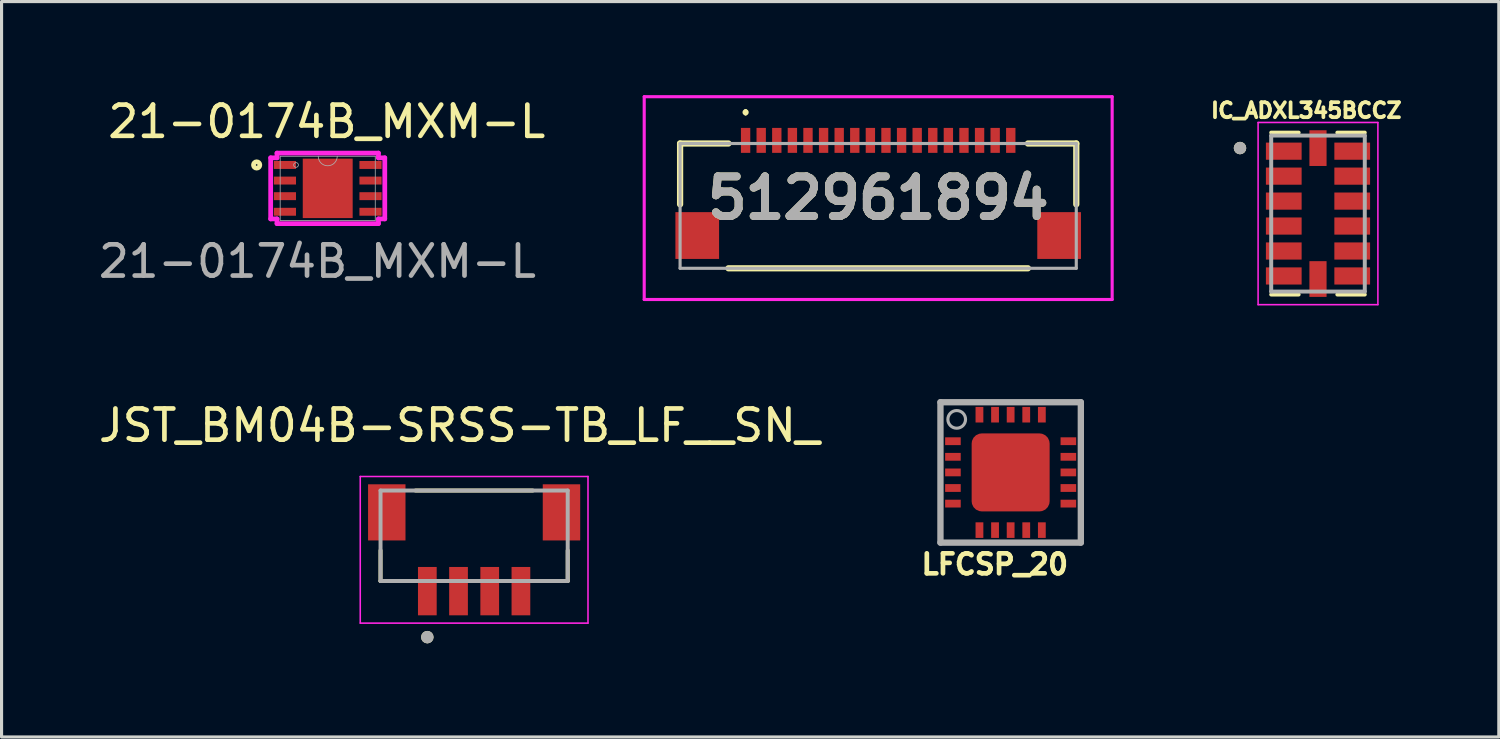
<source format=kicad_pcb>
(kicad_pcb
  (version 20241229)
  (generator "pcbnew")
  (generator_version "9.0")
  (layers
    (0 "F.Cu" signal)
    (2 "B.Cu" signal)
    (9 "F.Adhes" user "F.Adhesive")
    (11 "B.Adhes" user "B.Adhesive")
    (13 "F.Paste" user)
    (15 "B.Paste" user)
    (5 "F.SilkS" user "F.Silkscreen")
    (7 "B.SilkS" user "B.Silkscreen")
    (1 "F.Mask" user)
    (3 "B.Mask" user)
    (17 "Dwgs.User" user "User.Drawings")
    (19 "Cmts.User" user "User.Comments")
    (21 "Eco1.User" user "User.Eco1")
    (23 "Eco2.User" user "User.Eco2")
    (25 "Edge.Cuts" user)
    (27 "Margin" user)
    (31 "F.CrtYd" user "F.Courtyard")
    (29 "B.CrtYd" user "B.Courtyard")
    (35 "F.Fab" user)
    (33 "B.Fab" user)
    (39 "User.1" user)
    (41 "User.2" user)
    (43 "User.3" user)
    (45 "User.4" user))
  (footprint "512961894"
    (layer "F.Cu")
    (at 25.1 3.5)
    (property "Reference" "512961894" (at 0 -0.2 0) (layer "F.SilkS") (effects (font (size 1.27 1.27) (thickness 0.254))))
    (attr smd)
    (fp_line (start -6.35 -1.95) (end -6.35 0) (stroke (width 0.2) (type solid)) (layer "F.SilkS"))
    (fp_line (start -4.8 -1.95) (end -6.35 -1.95) (stroke (width 0.2) (type solid)) (layer "F.SilkS"))
    (fp_line (start -4.8 2.05) (end 4.8 2.05) (stroke (width 0.2) (type solid)) (layer "F.SilkS"))
    (fp_line (start -4.25 -3) (end -4.25 -3) (stroke (width 0.1) (type solid)) (layer "F.SilkS"))
    (fp_line (start -4.25 -2.9) (end -4.25 -2.9) (stroke (width 0.1) (type solid)) (layer "F.SilkS"))
    (fp_line (start 6.35 -1.95) (end 4.8 -1.95) (stroke (width 0.2) (type solid)) (layer "F.SilkS"))
    (fp_line (start 6.35 0) (end 6.35 -1.95) (stroke (width 0.2) (type solid)) (layer "F.SilkS"))
    (fp_arc (start -4.25 -3) (mid -4.2 -2.95) (end -4.25 -2.9) (stroke (width 0.1) (type solid)) (layer "F.SilkS"))
    (fp_arc (start -4.25 -2.9) (mid -4.3 -2.95) (end -4.25 -3) (stroke (width 0.1) (type solid)) (layer "F.SilkS"))
    (fp_line (start -7.5 -3.45) (end 7.5 -3.45) (stroke (width 0.1) (type solid)) (layer "F.CrtYd"))
    (fp_line (start -7.5 3.05) (end -7.5 -3.45) (stroke (width 0.1) (type solid)) (layer "F.CrtYd"))
    (fp_line (start 7.5 -3.45) (end 7.5 3.05) (stroke (width 0.1) (type solid)) (layer "F.CrtYd"))
    (fp_line (start 7.5 3.05) (end -7.5 3.05) (stroke (width 0.1) (type solid)) (layer "F.CrtYd"))
    (fp_line (start -6.35 -1.95) (end 6.35 -1.95) (stroke (width 0.1) (type solid)) (layer "F.Fab"))
    (fp_line (start -6.35 2.05) (end -6.35 -1.95) (stroke (width 0.1) (type solid)) (layer "F.Fab"))
    (fp_line (start 6.35 -1.95) (end 6.35 2.05) (stroke (width 0.1) (type solid)) (layer "F.Fab"))
    (fp_line (start 6.35 2.05) (end -6.35 2.05) (stroke (width 0.1) (type solid)) (layer "F.Fab"))
    (fp_text user "${REFERENCE}" (at 0 -0.2 0) (layer "F.Fab") (effects (font (size 1.27 1.27) (thickness 0.254))))
    (pad "1" smd rect (at -4.25 -2.05) (size 0.3 0.8) (layers "F.Cu" "F.Mask" "F.Paste"))
    (pad "2" smd rect (at -3.75 -2.05) (size 0.3 0.8) (layers "F.Cu" "F.Mask" "F.Paste"))
    (pad "3" smd rect (at -3.25 -2.05) (size 0.3 0.8) (layers "F.Cu" "F.Mask" "F.Paste"))
    (pad "4" smd rect (at -2.75 -2.05) (size 0.3 0.8) (layers "F.Cu" "F.Mask" "F.Paste"))
    (pad "5" smd rect (at -2.25 -2.05) (size 0.3 0.8) (layers "F.Cu" "F.Mask" "F.Paste"))
    (pad "6" smd rect (at -1.75 -2.05) (size 0.3 0.8) (layers "F.Cu" "F.Mask" "F.Paste"))
    (pad "7" smd rect (at -1.25 -2.05) (size 0.3 0.8) (layers "F.Cu" "F.Mask" "F.Paste"))
    (pad "8" smd rect (at -0.75 -2.05) (size 0.3 0.8) (layers "F.Cu" "F.Mask" "F.Paste"))
    (pad "9" smd rect (at -0.25 -2.05) (size 0.3 0.8) (layers "F.Cu" "F.Mask" "F.Paste"))
    (pad "10" smd rect (at 0.25 -2.05) (size 0.3 0.8) (layers "F.Cu" "F.Mask" "F.Paste"))
    (pad "11" smd rect (at 0.75 -2.05) (size 0.3 0.8) (layers "F.Cu" "F.Mask" "F.Paste"))
    (pad "12" smd rect (at 1.25 -2.05) (size 0.3 0.8) (layers "F.Cu" "F.Mask" "F.Paste"))
    (pad "13" smd rect (at 1.75 -2.05) (size 0.3 0.8) (layers "F.Cu" "F.Mask" "F.Paste"))
    (pad "14" smd rect (at 2.25 -2.05) (size 0.3 0.8) (layers "F.Cu" "F.Mask" "F.Paste"))
    (pad "15" smd rect (at 2.75 -2.05) (size 0.3 0.8) (layers "F.Cu" "F.Mask" "F.Paste"))
    (pad "16" smd rect (at 3.25 -2.05) (size 0.3 0.8) (layers "F.Cu" "F.Mask" "F.Paste"))
    (pad "17" smd rect (at 3.75 -2.05) (size 0.3 0.8) (layers "F.Cu" "F.Mask" "F.Paste"))
    (pad "18" smd rect (at 4.25 -2.05) (size 0.3 0.8) (layers "F.Cu" "F.Mask" "F.Paste"))
    (pad "MP1" smd rect (at -5.8 1) (size 1.4 1.5) (layers "F.Cu" "F.Mask" "F.Paste"))
    (pad "MP2" smd rect (at 5.8 1) (size 1.4 1.5) (layers "F.Cu" "F.Mask" "F.Paste")))
  (footprint "21-0174B_MXM-L"
    (layer "F.Cu")
    (at 7.455 2.988)
    (property "Reference" "21-0174B_MXM-L" (at -0.03 -2.14 0) (unlocked yes) (layer "F.SilkS") (effects (font (size 1 1) (thickness 0.15))))
    (attr smd)
    (fp_circle (center -2.278 -0.75) (end -2.176 -0.75) (stroke (width 0.152) (type solid)) (fill no) (layer "F.SilkS"))
    (fp_line (start -1.829 -0.979) (end -1.626 -0.979) (stroke (width 0.152) (type solid)) (layer "F.CrtYd"))
    (fp_line (start -1.829 0.979) (end -1.829 -0.979) (stroke (width 0.152) (type solid)) (layer "F.CrtYd"))
    (fp_line (start -1.829 0.979) (end -1.626 0.979) (stroke (width 0.152) (type solid)) (layer "F.CrtYd"))
    (fp_line (start -1.626 -1.13) (end 1.626 -1.13) (stroke (width 0.152) (type solid)) (layer "F.CrtYd"))
    (fp_line (start -1.626 -0.979) (end -1.626 -1.13) (stroke (width 0.152) (type solid)) (layer "F.CrtYd"))
    (fp_line (start -1.626 1.13) (end -1.626 0.979) (stroke (width 0.152) (type solid)) (layer "F.CrtYd"))
    (fp_line (start 1.626 -1.13) (end 1.626 -0.979) (stroke (width 0.152) (type solid)) (layer "F.CrtYd"))
    (fp_line (start 1.626 0.979) (end 1.626 1.13) (stroke (width 0.152) (type solid)) (layer "F.CrtYd"))
    (fp_line (start 1.626 1.13) (end -1.626 1.13) (stroke (width 0.152) (type solid)) (layer "F.CrtYd"))
    (fp_line (start 1.829 -0.979) (end 1.626 -0.979) (stroke (width 0.152) (type solid)) (layer "F.CrtYd"))
    (fp_line (start 1.829 -0.979) (end 1.829 0.979) (stroke (width 0.152) (type solid)) (layer "F.CrtYd"))
    (fp_line (start 1.829 0.979) (end 1.626 0.979) (stroke (width 0.152) (type solid)) (layer "F.CrtYd"))
    (fp_line (start -1.524 -1.029) (end -1.524 1.029) (stroke (width 0.025) (type solid)) (layer "F.Fab"))
    (fp_line (start -1.524 1.029) (end 1.524 1.029) (stroke (width 0.025) (type solid)) (layer "F.Fab"))
    (fp_line (start 1.524 -1.029) (end -1.524 -1.029) (stroke (width 0.025) (type solid)) (layer "F.Fab"))
    (fp_line (start 1.524 1.029) (end 1.524 -1.029) (stroke (width 0.025) (type solid)) (layer "F.Fab"))
    (fp_arc (start 0.3048 -1.0287) (mid 0 -0.7239) (end -0.3048 -1.0287) (stroke (width 0.0254) (type solid)) (layer "F.Fab"))
    (fp_circle (center -1.016 -0.75) (end -0.94 -0.75) (stroke (width 0.025) (type solid)) (fill no) (layer "F.Fab"))
    (fp_text user "${REFERENCE}" (at -0.33 2.34 0) (unlocked yes) (layer "F.Fab") (effects (font (size 1 1) (thickness 0.15))))
    (pad "1" smd rect (at -1.372 -0.75) (size 0.711 0.254) (layers "F.Cu" "F.Mask" "F.Paste"))
    (pad "2" smd rect (at -1.372 -0.25) (size 0.711 0.254) (layers "F.Cu" "F.Mask" "F.Paste"))
    (pad "3" smd rect (at -1.372 0.25) (size 0.711 0.254) (layers "F.Cu" "F.Mask" "F.Paste"))
    (pad "4" smd rect (at -1.372 0.75) (size 0.711 0.254) (layers "F.Cu" "F.Mask" "F.Paste"))
    (pad "5" smd rect (at 1.372 0.75) (size 0.711 0.254) (layers "F.Cu" "F.Mask" "F.Paste"))
    (pad "6" smd rect (at 1.372 0.25) (size 0.711 0.254) (layers "F.Cu" "F.Mask" "F.Paste"))
    (pad "7" smd rect (at 1.372 -0.25) (size 0.711 0.254) (layers "F.Cu" "F.Mask" "F.Paste"))
    (pad "8" smd rect (at 1.372 -0.75) (size 0.711 0.254) (layers "F.Cu" "F.Mask" "F.Paste"))
    (pad "9" smd rect (at 0 0) (size 1.6 1.905) (layers "F.Cu" "F.Mask" "F.Paste")))
  (footprint "IC_ADXL345BCCZ"
    (layer "F.Cu")
    (at 39.198 3.796)
    (property "Reference" "IC_ADXL345BCCZ" (at -0.376 -3.305 0) (layer "F.SilkS") (effects (font (size 0.48 0.48) (thickness 0.15))))
    (attr smd)
    (fp_line (start -1.5 -2.595) (end -0.62 -2.595) (stroke (width 0.127) (type solid)) (layer "F.SilkS"))
    (fp_line (start -1.5 2.595) (end -0.62 2.595) (stroke (width 0.127) (type solid)) (layer "F.SilkS"))
    (fp_line (start 0.62 -2.595) (end 1.5 -2.595) (stroke (width 0.127) (type solid)) (layer "F.SilkS"))
    (fp_line (start 0.62 2.595) (end 1.5 2.595) (stroke (width 0.127) (type solid)) (layer "F.SilkS"))
    (fp_circle (center -2.5 -2.1) (end -2.4 -2.1) (stroke (width 0.2) (type solid)) (fill no) (layer "F.SilkS"))
    (fp_line (start -1.92 -2.92) (end 1.92 -2.92) (stroke (width 0.05) (type solid)) (layer "F.CrtYd"))
    (fp_line (start -1.92 2.92) (end -1.92 -2.92) (stroke (width 0.05) (type solid)) (layer "F.CrtYd"))
    (fp_line (start 1.92 -2.92) (end 1.92 2.92) (stroke (width 0.05) (type solid)) (layer "F.CrtYd"))
    (fp_line (start 1.92 2.92) (end -1.92 2.92) (stroke (width 0.05) (type solid)) (layer "F.CrtYd"))
    (fp_line (start -1.5 -2.5) (end 1.5 -2.5) (stroke (width 0.127) (type solid)) (layer "F.Fab"))
    (fp_line (start -1.5 2.5) (end -1.5 -2.5) (stroke (width 0.127) (type solid)) (layer "F.Fab"))
    (fp_line (start 1.5 -2.5) (end 1.5 2.5) (stroke (width 0.127) (type solid)) (layer "F.Fab"))
    (fp_line (start 1.5 2.5) (end -1.5 2.5) (stroke (width 0.127) (type solid)) (layer "F.Fab"))
    (fp_circle (center -2.5 -2.1) (end -2.4 -2.1) (stroke (width 0.2) (type solid)) (fill no) (layer "F.Fab"))
    (pad "1" smd rect (at -1.097 -2) (size 1.145 0.55) (layers "F.Cu" "F.Mask" "F.Paste"))
    (pad "2" smd rect (at -1.097 -1.2) (size 1.145 0.55) (layers "F.Cu" "F.Mask" "F.Paste"))
    (pad "3" smd rect (at -1.097 -0.4) (size 1.145 0.55) (layers "F.Cu" "F.Mask" "F.Paste"))
    (pad "4" smd rect (at -1.097 0.4) (size 1.145 0.55) (layers "F.Cu" "F.Mask" "F.Paste"))
    (pad "5" smd rect (at -1.097 1.2) (size 1.145 0.55) (layers "F.Cu" "F.Mask" "F.Paste"))
    (pad "6" smd rect (at -1.097 2) (size 1.145 0.55) (layers "F.Cu" "F.Mask" "F.Paste"))
    (pad "7" smd rect (at 0 2.098) (size 0.55 1.145) (layers "F.Cu" "F.Mask" "F.Paste"))
    (pad "8" smd rect (at 1.097 2) (size 1.145 0.55) (layers "F.Cu" "F.Mask" "F.Paste"))
    (pad "9" smd rect (at 1.097 1.2) (size 1.145 0.55) (layers "F.Cu" "F.Mask" "F.Paste"))
    (pad "10" smd rect (at 1.097 0.4) (size 1.145 0.55) (layers "F.Cu" "F.Mask" "F.Paste"))
    (pad "11" smd rect (at 1.097 -0.4) (size 1.145 0.55) (layers "F.Cu" "F.Mask" "F.Paste"))
    (pad "12" smd rect (at 1.097 -1.2) (size 1.145 0.55) (layers "F.Cu" "F.Mask" "F.Paste"))
    (pad "13" smd rect (at 1.097 -2) (size 1.145 0.55) (layers "F.Cu" "F.Mask" "F.Paste"))
    (pad "14" smd rect (at 0 -2.098) (size 0.55 1.145) (layers "F.Cu" "F.Mask" "F.Paste")))
  (footprint "LFCSP_20"
    (layer "F.Cu")
    (at 29.346 12.093)
    (property "Reference" "LFCSP_20" (at -0.508 2.946 0) (layer "F.SilkS") (effects (font (size 0.64 0.64) (thickness 0.15))))
    (attr smd)
    (fp_poly (pts (xy 0 -0.508) (xy 0.027 -0.507) (xy 0.053 -0.505) (xy 0.079 -0.502) (xy 0.106 -0.497) (xy 0.131 -0.491) (xy 0.157 -0.483) (xy 0.182 -0.474) (xy 0.207 -0.464) (xy 0.231 -0.453) (xy 0.254 -0.44) (xy 0.277 -0.426) (xy 0.299 -0.411) (xy 0.32 -0.395) (xy 0.34 -0.378) (xy 0.359 -0.359) (xy 0.378 -0.34) (xy 0.395 -0.32) (xy 0.411 -0.299) (xy 0.426 -0.277) (xy 0.44 -0.254) (xy 0.453 -0.231) (xy 0.464 -0.207) (xy 0.474 -0.182) (xy 0.483 -0.157) (xy 0.491 -0.131) (xy 0.497 -0.106) (xy 0.502 -0.079) (xy 0.505 -0.053) (xy 0.507 -0.027) (xy 0.508 0) (xy 0.507 0.027) (xy 0.505 0.053) (xy 0.502 0.079) (xy 0.497 0.106) (xy 0.491 0.131) (xy 0.483 0.157) (xy 0.474 0.182) (xy 0.464 0.207) (xy 0.453 0.231) (xy 0.44 0.254) (xy 0.426 0.277) (xy 0.411 0.299) (xy 0.395 0.32) (xy 0.378 0.34) (xy 0.359 0.359) (xy 0.34 0.378) (xy 0.32 0.395) (xy 0.299 0.411) (xy 0.277 0.426) (xy 0.254 0.44) (xy 0.231 0.453) (xy 0.207 0.464) (xy 0.182 0.474) (xy 0.157 0.483) (xy 0.131 0.491) (xy 0.106 0.497) (xy 0.079 0.502) (xy 0.053 0.505) (xy 0.027 0.507) (xy 0 0.508) (xy -0.027 0.507) (xy -0.053 0.505) (xy -0.079 0.502) (xy -0.106 0.497) (xy -0.131 0.491) (xy -0.157 0.483) (xy -0.182 0.474) (xy -0.207 0.464) (xy -0.231 0.453) (xy -0.254 0.44) (xy -0.277 0.426) (xy -0.299 0.411) (xy -0.32 0.395) (xy -0.34 0.378) (xy -0.359 0.359) (xy -0.378 0.34) (xy -0.395 0.32) (xy -0.411 0.299) (xy -0.426 0.277) (xy -0.44 0.254) (xy -0.453 0.231) (xy -0.464 0.207) (xy -0.474 0.182) (xy -0.483 0.157) (xy -0.491 0.131) (xy -0.497 0.106) (xy -0.502 0.079) (xy -0.505 0.053) (xy -0.507 0.027) (xy -0.508 0) (xy -0.507 -0.027) (xy -0.505 -0.053) (xy -0.502 -0.079) (xy -0.497 -0.106) (xy -0.491 -0.131) (xy -0.483 -0.157) (xy -0.474 -0.182) (xy -0.464 -0.207) (xy -0.453 -0.231) (xy -0.44 -0.254) (xy -0.426 -0.277) (xy -0.411 -0.299) (xy -0.395 -0.32) (xy -0.378 -0.34) (xy -0.359 -0.359) (xy -0.34 -0.378) (xy -0.32 -0.395) (xy -0.299 -0.411) (xy -0.277 -0.426) (xy -0.254 -0.44) (xy -0.231 -0.453) (xy -0.207 -0.464) (xy -0.182 -0.474) (xy -0.157 -0.483) (xy -0.131 -0.491) (xy -0.106 -0.497) (xy -0.079 -0.502) (xy -0.053 -0.505) (xy -0.027 -0.507) (xy 0 -0.508)) (stroke (width 0.127) (type solid)) (fill yes) (layer "F.Paste"))
    (fp_line (start -2.25 -2.25) (end -2.25 2.25) (stroke (width 0.203) (type solid)) (layer "F.Fab"))
    (fp_line (start -2.25 2.25) (end 2.25 2.25) (stroke (width 0.203) (type solid)) (layer "F.Fab"))
    (fp_line (start 2.25 -2.25) (end -2.25 -2.25) (stroke (width 0.203) (type solid)) (layer "F.Fab"))
    (fp_line (start 2.25 2.25) (end 2.25 -2.25) (stroke (width 0.203) (type solid)) (layer "F.Fab"))
    (fp_circle (center -1.729 -1.7) (end -1.446 -1.7) (stroke (width 0.1) (type solid)) (fill no) (layer "F.Fab"))
    (pad "1" smd rect (at -1.85 -1 270) (size 0.25 0.5) (layers "F.Cu" "F.Mask" "F.Paste"))
    (pad "2" smd rect (at -1.85 -0.5 270) (size 0.25 0.5) (layers "F.Cu" "F.Mask" "F.Paste"))
    (pad "3" smd rect (at -1.85 0 270) (size 0.25 0.5) (layers "F.Cu" "F.Mask" "F.Paste"))
    (pad "4" smd rect (at -1.85 0.5 270) (size 0.25 0.5) (layers "F.Cu" "F.Mask" "F.Paste"))
    (pad "5" smd rect (at -1.85 1 270) (size 0.25 0.5) (layers "F.Cu" "F.Mask" "F.Paste"))
    (pad "6" smd rect (at -1 1.85) (size 0.25 0.5) (layers "F.Cu" "F.Mask" "F.Paste"))
    (pad "7" smd rect (at -0.5 1.85) (size 0.25 0.5) (layers "F.Cu" "F.Mask" "F.Paste"))
    (pad "8" smd rect (at 0 1.85) (size 0.25 0.5) (layers "F.Cu" "F.Mask" "F.Paste"))
    (pad "9" smd rect (at 0.5 1.85) (size 0.25 0.5) (layers "F.Cu" "F.Mask" "F.Paste"))
    (pad "10" smd rect (at 1 1.85) (size 0.25 0.5) (layers "F.Cu" "F.Mask" "F.Paste"))
    (pad "11" smd rect (at 1.85 1 90) (size 0.25 0.5) (layers "F.Cu" "F.Mask" "F.Paste"))
    (pad "12" smd rect (at 1.85 0.5 90) (size 0.25 0.5) (layers "F.Cu" "F.Mask" "F.Paste"))
    (pad "13" smd rect (at 1.85 0 90) (size 0.25 0.5) (layers "F.Cu" "F.Mask" "F.Paste"))
    (pad "14" smd rect (at 1.85 -0.5 90) (size 0.25 0.5) (layers "F.Cu" "F.Mask" "F.Paste"))
    (pad "15" smd rect (at 1.85 -1 90) (size 0.25 0.5) (layers "F.Cu" "F.Mask" "F.Paste"))
    (pad "16" smd rect (at 1 -1.85 180) (size 0.25 0.5) (layers "F.Cu" "F.Mask" "F.Paste"))
    (pad "17" smd rect (at 0.5 -1.85 180) (size 0.25 0.5) (layers "F.Cu" "F.Mask" "F.Paste"))
    (pad "18" smd rect (at 0 -1.85 180) (size 0.25 0.5) (layers "F.Cu" "F.Mask" "F.Paste"))
    (pad "19" smd rect (at -0.5 -1.85 180) (size 0.25 0.5) (layers "F.Cu" "F.Mask" "F.Paste"))
    (pad "20" smd rect (at -1 -1.85 180) (size 0.25 0.5) (layers "F.Cu" "F.Mask" "F.Paste"))
    (pad "PAD" smd roundrect (at 0 0) (size 2.5 2.5) (layers "F.Cu" "F.Mask") (roundrect_rratio 0.13)))
  (footprint "JST_BM04B-SRSS-TB_LF__SN_"
    (layer "F.Cu")
    (at 12.148 13.374)
    (property "Reference" "JST_BM04B-SRSS-TB_LF__SN_" (at -0.475 -2.785 0) (layer "F.SilkS") (effects (font (size 1 1) (thickness 0.15))))
    (attr smd)
    (fp_line (start -3 2.2) (end -3 1.22) (stroke (width 0.127) (type solid)) (layer "F.SilkS"))
    (fp_line (start -2.12 2.2) (end -3 2.2) (stroke (width 0.127) (type solid)) (layer "F.SilkS"))
    (fp_line (start -1.88 -0.7) (end 1.88 -0.7) (stroke (width 0.127) (type solid)) (layer "F.SilkS"))
    (fp_line (start 3 2.2) (end 2.12 2.2) (stroke (width 0.127) (type solid)) (layer "F.SilkS"))
    (fp_line (start 3 2.2) (end 3 1.22) (stroke (width 0.127) (type solid)) (layer "F.SilkS"))
    (fp_circle (center -1.5 4) (end -1.4 4) (stroke (width 0.2) (type solid)) (fill no) (layer "F.SilkS"))
    (fp_line (start -3.65 -1.15) (end -3.65 3.55) (stroke (width 0.05) (type solid)) (layer "F.CrtYd"))
    (fp_line (start -3.65 3.55) (end 3.65 3.55) (stroke (width 0.05) (type solid)) (layer "F.CrtYd"))
    (fp_line (start 3.65 -1.15) (end -3.65 -1.15) (stroke (width 0.05) (type solid)) (layer "F.CrtYd"))
    (fp_line (start 3.65 3.55) (end 3.65 -1.15) (stroke (width 0.05) (type solid)) (layer "F.CrtYd"))
    (fp_line (start -3 -0.7) (end 3 -0.7) (stroke (width 0.127) (type solid)) (layer "F.Fab"))
    (fp_line (start -3 2.2) (end -3 -0.7) (stroke (width 0.127) (type solid)) (layer "F.Fab"))
    (fp_line (start 3 -0.7) (end 3 2.2) (stroke (width 0.127) (type solid)) (layer "F.Fab"))
    (fp_line (start 3 2.2) (end -3 2.2) (stroke (width 0.127) (type solid)) (layer "F.Fab"))
    (fp_circle (center -1.5 4) (end -1.4 4) (stroke (width 0.2) (type solid)) (fill no) (layer "F.Fab"))
    (pad "1" smd rect (at -1.5 2.525) (size 0.6 1.55) (layers "F.Cu" "F.Mask" "F.Paste"))
    (pad "2" smd rect (at -0.5 2.525) (size 0.6 1.55) (layers "F.Cu" "F.Mask" "F.Paste"))
    (pad "3" smd rect (at 0.5 2.525) (size 0.6 1.55) (layers "F.Cu" "F.Mask" "F.Paste"))
    (pad "4" smd rect (at 1.5 2.525) (size 0.6 1.55) (layers "F.Cu" "F.Mask" "F.Paste"))
    (pad "S1" smd rect (at -2.8 0) (size 1.2 1.8) (layers "F.Cu" "F.Mask" "F.Paste"))
    (pad "S2" smd rect (at 2.8 0) (size 1.2 1.8) (layers "F.Cu" "F.Mask" "F.Paste")))
  (gr_rect
    (start -3 -3)
    (end 44.994 20.574)
    (stroke (width 0.1) (type default))
    (fill no)
    (layer "Edge.Cuts")))
</source>
